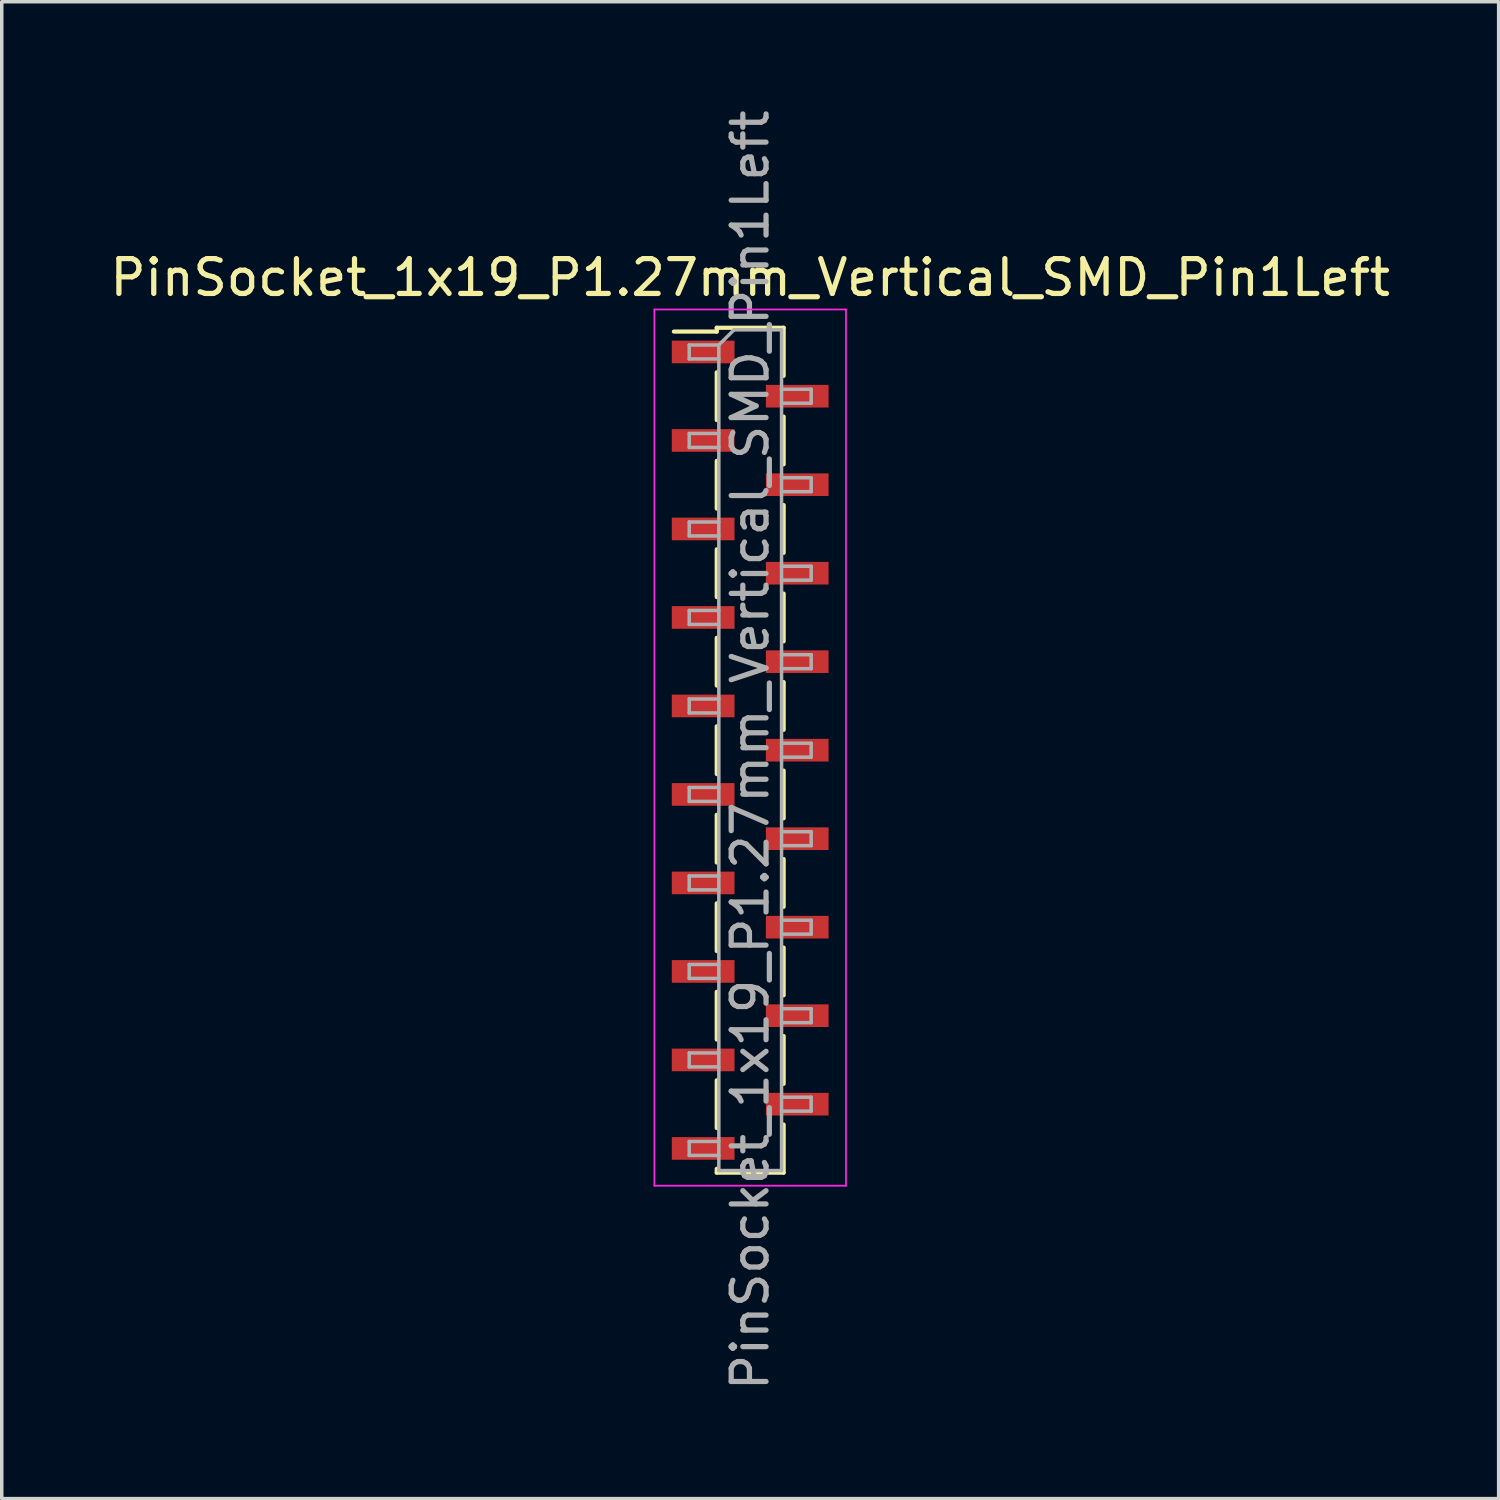
<source format=kicad_pcb>
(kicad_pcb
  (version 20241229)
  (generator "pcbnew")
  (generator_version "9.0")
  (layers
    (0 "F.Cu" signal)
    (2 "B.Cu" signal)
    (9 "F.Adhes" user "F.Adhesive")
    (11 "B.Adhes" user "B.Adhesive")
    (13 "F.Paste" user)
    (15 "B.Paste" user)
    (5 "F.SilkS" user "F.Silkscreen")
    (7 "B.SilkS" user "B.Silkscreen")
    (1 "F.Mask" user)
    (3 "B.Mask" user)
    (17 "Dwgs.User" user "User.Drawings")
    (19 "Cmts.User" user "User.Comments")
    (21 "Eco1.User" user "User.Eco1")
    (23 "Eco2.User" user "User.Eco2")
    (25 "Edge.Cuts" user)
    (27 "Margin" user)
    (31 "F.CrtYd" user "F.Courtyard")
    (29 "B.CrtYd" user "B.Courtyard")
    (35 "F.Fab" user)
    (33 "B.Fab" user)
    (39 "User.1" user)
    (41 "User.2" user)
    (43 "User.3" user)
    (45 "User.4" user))
  (footprint "PinSocket_1x19_P1.27mm_Vertical_SMD_Pin1Left"
    (layer "F.Cu")
    (at 18.482 18.482)
    (property "Reference" "PinSocket_1x19_P1.27mm_Vertical_SMD_Pin1Left" (at 0 -13.565 0) (layer "F.SilkS") (effects (font (size 1 1) (thickness 0.15))))
    (attr smd)
    (fp_line (start -2.19 -12.015) (end -0.96 -12.015) (stroke (width 0.12) (type solid)) (layer "F.SilkS"))
    (fp_line (start -0.96 -12.125) (end -0.96 -12.015) (stroke (width 0.12) (type solid)) (layer "F.SilkS"))
    (fp_line (start -0.96 -12.125) (end 0.96 -12.125) (stroke (width 0.12) (type solid)) (layer "F.SilkS"))
    (fp_line (start -0.96 -10.845) (end -0.96 -9.475) (stroke (width 0.12) (type solid)) (layer "F.SilkS"))
    (fp_line (start -0.96 -8.305) (end -0.96 -6.935) (stroke (width 0.12) (type solid)) (layer "F.SilkS"))
    (fp_line (start -0.96 -5.765) (end -0.96 -4.395) (stroke (width 0.12) (type solid)) (layer "F.SilkS"))
    (fp_line (start -0.96 -3.225) (end -0.96 -1.855) (stroke (width 0.12) (type solid)) (layer "F.SilkS"))
    (fp_line (start -0.96 -0.685) (end -0.96 0.685) (stroke (width 0.12) (type solid)) (layer "F.SilkS"))
    (fp_line (start -0.96 1.855) (end -0.96 3.225) (stroke (width 0.12) (type solid)) (layer "F.SilkS"))
    (fp_line (start -0.96 4.395) (end -0.96 5.765) (stroke (width 0.12) (type solid)) (layer "F.SilkS"))
    (fp_line (start -0.96 6.935) (end -0.96 8.305) (stroke (width 0.12) (type solid)) (layer "F.SilkS"))
    (fp_line (start -0.96 9.475) (end -0.96 10.845) (stroke (width 0.12) (type solid)) (layer "F.SilkS"))
    (fp_line (start -0.96 12.015) (end -0.96 12.125) (stroke (width 0.12) (type solid)) (layer "F.SilkS"))
    (fp_line (start -0.96 12.125) (end 0.96 12.125) (stroke (width 0.12) (type solid)) (layer "F.SilkS"))
    (fp_line (start 0.96 -12.125) (end 0.96 -10.745) (stroke (width 0.12) (type solid)) (layer "F.SilkS"))
    (fp_line (start 0.96 -9.575) (end 0.96 -8.205) (stroke (width 0.12) (type solid)) (layer "F.SilkS"))
    (fp_line (start 0.96 -7.035) (end 0.96 -5.665) (stroke (width 0.12) (type solid)) (layer "F.SilkS"))
    (fp_line (start 0.96 -4.495) (end 0.96 -3.125) (stroke (width 0.12) (type solid)) (layer "F.SilkS"))
    (fp_line (start 0.96 -1.955) (end 0.96 -0.585) (stroke (width 0.12) (type solid)) (layer "F.SilkS"))
    (fp_line (start 0.96 0.585) (end 0.96 1.955) (stroke (width 0.12) (type solid)) (layer "F.SilkS"))
    (fp_line (start 0.96 3.125) (end 0.96 4.495) (stroke (width 0.12) (type solid)) (layer "F.SilkS"))
    (fp_line (start 0.96 5.665) (end 0.96 7.035) (stroke (width 0.12) (type solid)) (layer "F.SilkS"))
    (fp_line (start 0.96 8.205) (end 0.96 9.575) (stroke (width 0.12) (type solid)) (layer "F.SilkS"))
    (fp_line (start 0.96 10.745) (end 0.96 12.125) (stroke (width 0.12) (type solid)) (layer "F.SilkS"))
    (fp_line (start -2.75 -12.65) (end 2.75 -12.65) (stroke (width 0.05) (type solid)) (layer "F.CrtYd"))
    (fp_line (start -2.75 12.5) (end -2.75 -12.65) (stroke (width 0.05) (type solid)) (layer "F.CrtYd"))
    (fp_line (start 2.75 -12.65) (end 2.75 12.5) (stroke (width 0.05) (type solid)) (layer "F.CrtYd"))
    (fp_line (start 2.75 12.5) (end -2.75 12.5) (stroke (width 0.05) (type solid)) (layer "F.CrtYd"))
    (fp_line (start -1.75 -11.63) (end -0.9 -11.63) (stroke (width 0.1) (type solid)) (layer "F.Fab"))
    (fp_line (start -1.75 -11.23) (end -1.75 -11.63) (stroke (width 0.1) (type solid)) (layer "F.Fab"))
    (fp_line (start -1.75 -9.09) (end -0.9 -9.09) (stroke (width 0.1) (type solid)) (layer "F.Fab"))
    (fp_line (start -1.75 -8.69) (end -1.75 -9.09) (stroke (width 0.1) (type solid)) (layer "F.Fab"))
    (fp_line (start -1.75 -6.55) (end -0.9 -6.55) (stroke (width 0.1) (type solid)) (layer "F.Fab"))
    (fp_line (start -1.75 -6.15) (end -1.75 -6.55) (stroke (width 0.1) (type solid)) (layer "F.Fab"))
    (fp_line (start -1.75 -4.01) (end -0.9 -4.01) (stroke (width 0.1) (type solid)) (layer "F.Fab"))
    (fp_line (start -1.75 -3.61) (end -1.75 -4.01) (stroke (width 0.1) (type solid)) (layer "F.Fab"))
    (fp_line (start -1.75 -1.47) (end -0.9 -1.47) (stroke (width 0.1) (type solid)) (layer "F.Fab"))
    (fp_line (start -1.75 -1.07) (end -1.75 -1.47) (stroke (width 0.1) (type solid)) (layer "F.Fab"))
    (fp_line (start -1.75 1.07) (end -0.9 1.07) (stroke (width 0.1) (type solid)) (layer "F.Fab"))
    (fp_line (start -1.75 1.47) (end -1.75 1.07) (stroke (width 0.1) (type solid)) (layer "F.Fab"))
    (fp_line (start -1.75 3.61) (end -0.9 3.61) (stroke (width 0.1) (type solid)) (layer "F.Fab"))
    (fp_line (start -1.75 4.01) (end -1.75 3.61) (stroke (width 0.1) (type solid)) (layer "F.Fab"))
    (fp_line (start -1.75 6.15) (end -0.9 6.15) (stroke (width 0.1) (type solid)) (layer "F.Fab"))
    (fp_line (start -1.75 6.55) (end -1.75 6.15) (stroke (width 0.1) (type solid)) (layer "F.Fab"))
    (fp_line (start -1.75 8.69) (end -0.9 8.69) (stroke (width 0.1) (type solid)) (layer "F.Fab"))
    (fp_line (start -1.75 9.09) (end -1.75 8.69) (stroke (width 0.1) (type solid)) (layer "F.Fab"))
    (fp_line (start -1.75 11.23) (end -0.9 11.23) (stroke (width 0.1) (type solid)) (layer "F.Fab"))
    (fp_line (start -1.75 11.63) (end -1.75 11.23) (stroke (width 0.1) (type solid)) (layer "F.Fab"))
    (fp_line (start -0.9 -11.63) (end -0.465 -12.065) (stroke (width 0.1) (type solid)) (layer "F.Fab"))
    (fp_line (start -0.9 -11.23) (end -1.75 -11.23) (stroke (width 0.1) (type solid)) (layer "F.Fab"))
    (fp_line (start -0.9 -8.69) (end -1.75 -8.69) (stroke (width 0.1) (type solid)) (layer "F.Fab"))
    (fp_line (start -0.9 -6.15) (end -1.75 -6.15) (stroke (width 0.1) (type solid)) (layer "F.Fab"))
    (fp_line (start -0.9 -3.61) (end -1.75 -3.61) (stroke (width 0.1) (type solid)) (layer "F.Fab"))
    (fp_line (start -0.9 -1.07) (end -1.75 -1.07) (stroke (width 0.1) (type solid)) (layer "F.Fab"))
    (fp_line (start -0.9 1.47) (end -1.75 1.47) (stroke (width 0.1) (type solid)) (layer "F.Fab"))
    (fp_line (start -0.9 4.01) (end -1.75 4.01) (stroke (width 0.1) (type solid)) (layer "F.Fab"))
    (fp_line (start -0.9 6.55) (end -1.75 6.55) (stroke (width 0.1) (type solid)) (layer "F.Fab"))
    (fp_line (start -0.9 9.09) (end -1.75 9.09) (stroke (width 0.1) (type solid)) (layer "F.Fab"))
    (fp_line (start -0.9 11.63) (end -1.75 11.63) (stroke (width 0.1) (type solid)) (layer "F.Fab"))
    (fp_line (start -0.9 12.065) (end -0.9 -11.63) (stroke (width 0.1) (type solid)) (layer "F.Fab"))
    (fp_line (start -0.465 -12.065) (end 0.9 -12.065) (stroke (width 0.1) (type solid)) (layer "F.Fab"))
    (fp_line (start 0.9 -12.065) (end 0.9 12.065) (stroke (width 0.1) (type solid)) (layer "F.Fab"))
    (fp_line (start 0.9 -10.36) (end 1.75 -10.36) (stroke (width 0.1) (type solid)) (layer "F.Fab"))
    (fp_line (start 0.9 -7.82) (end 1.75 -7.82) (stroke (width 0.1) (type solid)) (layer "F.Fab"))
    (fp_line (start 0.9 -5.28) (end 1.75 -5.28) (stroke (width 0.1) (type solid)) (layer "F.Fab"))
    (fp_line (start 0.9 -2.74) (end 1.75 -2.74) (stroke (width 0.1) (type solid)) (layer "F.Fab"))
    (fp_line (start 0.9 -0.2) (end 1.75 -0.2) (stroke (width 0.1) (type solid)) (layer "F.Fab"))
    (fp_line (start 0.9 2.34) (end 1.75 2.34) (stroke (width 0.1) (type solid)) (layer "F.Fab"))
    (fp_line (start 0.9 4.88) (end 1.75 4.88) (stroke (width 0.1) (type solid)) (layer "F.Fab"))
    (fp_line (start 0.9 7.42) (end 1.75 7.42) (stroke (width 0.1) (type solid)) (layer "F.Fab"))
    (fp_line (start 0.9 9.96) (end 1.75 9.96) (stroke (width 0.1) (type solid)) (layer "F.Fab"))
    (fp_line (start 0.9 12.065) (end -0.9 12.065) (stroke (width 0.1) (type solid)) (layer "F.Fab"))
    (fp_line (start 1.75 -10.36) (end 1.75 -9.96) (stroke (width 0.1) (type solid)) (layer "F.Fab"))
    (fp_line (start 1.75 -9.96) (end 0.9 -9.96) (stroke (width 0.1) (type solid)) (layer "F.Fab"))
    (fp_line (start 1.75 -7.82) (end 1.75 -7.42) (stroke (width 0.1) (type solid)) (layer "F.Fab"))
    (fp_line (start 1.75 -7.42) (end 0.9 -7.42) (stroke (width 0.1) (type solid)) (layer "F.Fab"))
    (fp_line (start 1.75 -5.28) (end 1.75 -4.88) (stroke (width 0.1) (type solid)) (layer "F.Fab"))
    (fp_line (start 1.75 -4.88) (end 0.9 -4.88) (stroke (width 0.1) (type solid)) (layer "F.Fab"))
    (fp_line (start 1.75 -2.74) (end 1.75 -2.34) (stroke (width 0.1) (type solid)) (layer "F.Fab"))
    (fp_line (start 1.75 -2.34) (end 0.9 -2.34) (stroke (width 0.1) (type solid)) (layer "F.Fab"))
    (fp_line (start 1.75 -0.2) (end 1.75 0.2) (stroke (width 0.1) (type solid)) (layer "F.Fab"))
    (fp_line (start 1.75 0.2) (end 0.9 0.2) (stroke (width 0.1) (type solid)) (layer "F.Fab"))
    (fp_line (start 1.75 2.34) (end 1.75 2.74) (stroke (width 0.1) (type solid)) (layer "F.Fab"))
    (fp_line (start 1.75 2.74) (end 0.9 2.74) (stroke (width 0.1) (type solid)) (layer "F.Fab"))
    (fp_line (start 1.75 4.88) (end 1.75 5.28) (stroke (width 0.1) (type solid)) (layer "F.Fab"))
    (fp_line (start 1.75 5.28) (end 0.9 5.28) (stroke (width 0.1) (type solid)) (layer "F.Fab"))
    (fp_line (start 1.75 7.42) (end 1.75 7.82) (stroke (width 0.1) (type solid)) (layer "F.Fab"))
    (fp_line (start 1.75 7.82) (end 0.9 7.82) (stroke (width 0.1) (type solid)) (layer "F.Fab"))
    (fp_line (start 1.75 9.96) (end 1.75 10.36) (stroke (width 0.1) (type solid)) (layer "F.Fab"))
    (fp_line (start 1.75 10.36) (end 0.9 10.36) (stroke (width 0.1) (type solid)) (layer "F.Fab"))
    (fp_text user "${REFERENCE}" (at 0 0 90) (layer "F.Fab") (effects (font (size 1 1) (thickness 0.15))))
    (pad "1" smd rect (at -1.35 -11.43) (size 1.8 0.65) (layers "F.Cu" "F.Mask" "F.Paste"))
    (pad "2" smd rect (at 1.35 -10.16) (size 1.8 0.65) (layers "F.Cu" "F.Mask" "F.Paste"))
    (pad "3" smd rect (at -1.35 -8.89) (size 1.8 0.65) (layers "F.Cu" "F.Mask" "F.Paste"))
    (pad "4" smd rect (at 1.35 -7.62) (size 1.8 0.65) (layers "F.Cu" "F.Mask" "F.Paste"))
    (pad "5" smd rect (at -1.35 -6.35) (size 1.8 0.65) (layers "F.Cu" "F.Mask" "F.Paste"))
    (pad "6" smd rect (at 1.35 -5.08) (size 1.8 0.65) (layers "F.Cu" "F.Mask" "F.Paste"))
    (pad "7" smd rect (at -1.35 -3.81) (size 1.8 0.65) (layers "F.Cu" "F.Mask" "F.Paste"))
    (pad "8" smd rect (at 1.35 -2.54) (size 1.8 0.65) (layers "F.Cu" "F.Mask" "F.Paste"))
    (pad "9" smd rect (at -1.35 -1.27) (size 1.8 0.65) (layers "F.Cu" "F.Mask" "F.Paste"))
    (pad "10" smd rect (at 1.35 0) (size 1.8 0.65) (layers "F.Cu" "F.Mask" "F.Paste"))
    (pad "11" smd rect (at -1.35 1.27) (size 1.8 0.65) (layers "F.Cu" "F.Mask" "F.Paste"))
    (pad "12" smd rect (at 1.35 2.54) (size 1.8 0.65) (layers "F.Cu" "F.Mask" "F.Paste"))
    (pad "13" smd rect (at -1.35 3.81) (size 1.8 0.65) (layers "F.Cu" "F.Mask" "F.Paste"))
    (pad "14" smd rect (at 1.35 5.08) (size 1.8 0.65) (layers "F.Cu" "F.Mask" "F.Paste"))
    (pad "15" smd rect (at -1.35 6.35) (size 1.8 0.65) (layers "F.Cu" "F.Mask" "F.Paste"))
    (pad "16" smd rect (at 1.35 7.62) (size 1.8 0.65) (layers "F.Cu" "F.Mask" "F.Paste"))
    (pad "17" smd rect (at -1.35 8.89) (size 1.8 0.65) (layers "F.Cu" "F.Mask" "F.Paste"))
    (pad "18" smd rect (at 1.35 10.16) (size 1.8 0.65) (layers "F.Cu" "F.Mask" "F.Paste"))
    (pad "19" smd rect (at -1.35 11.43) (size 1.8 0.65) (layers "F.Cu" "F.Mask" "F.Paste")))
  (gr_rect
    (start -3 -3)
    (end 39.964 39.964)
    (stroke (width 0.1) (type default))
    (fill no)
    (layer "Edge.Cuts")))
</source>
